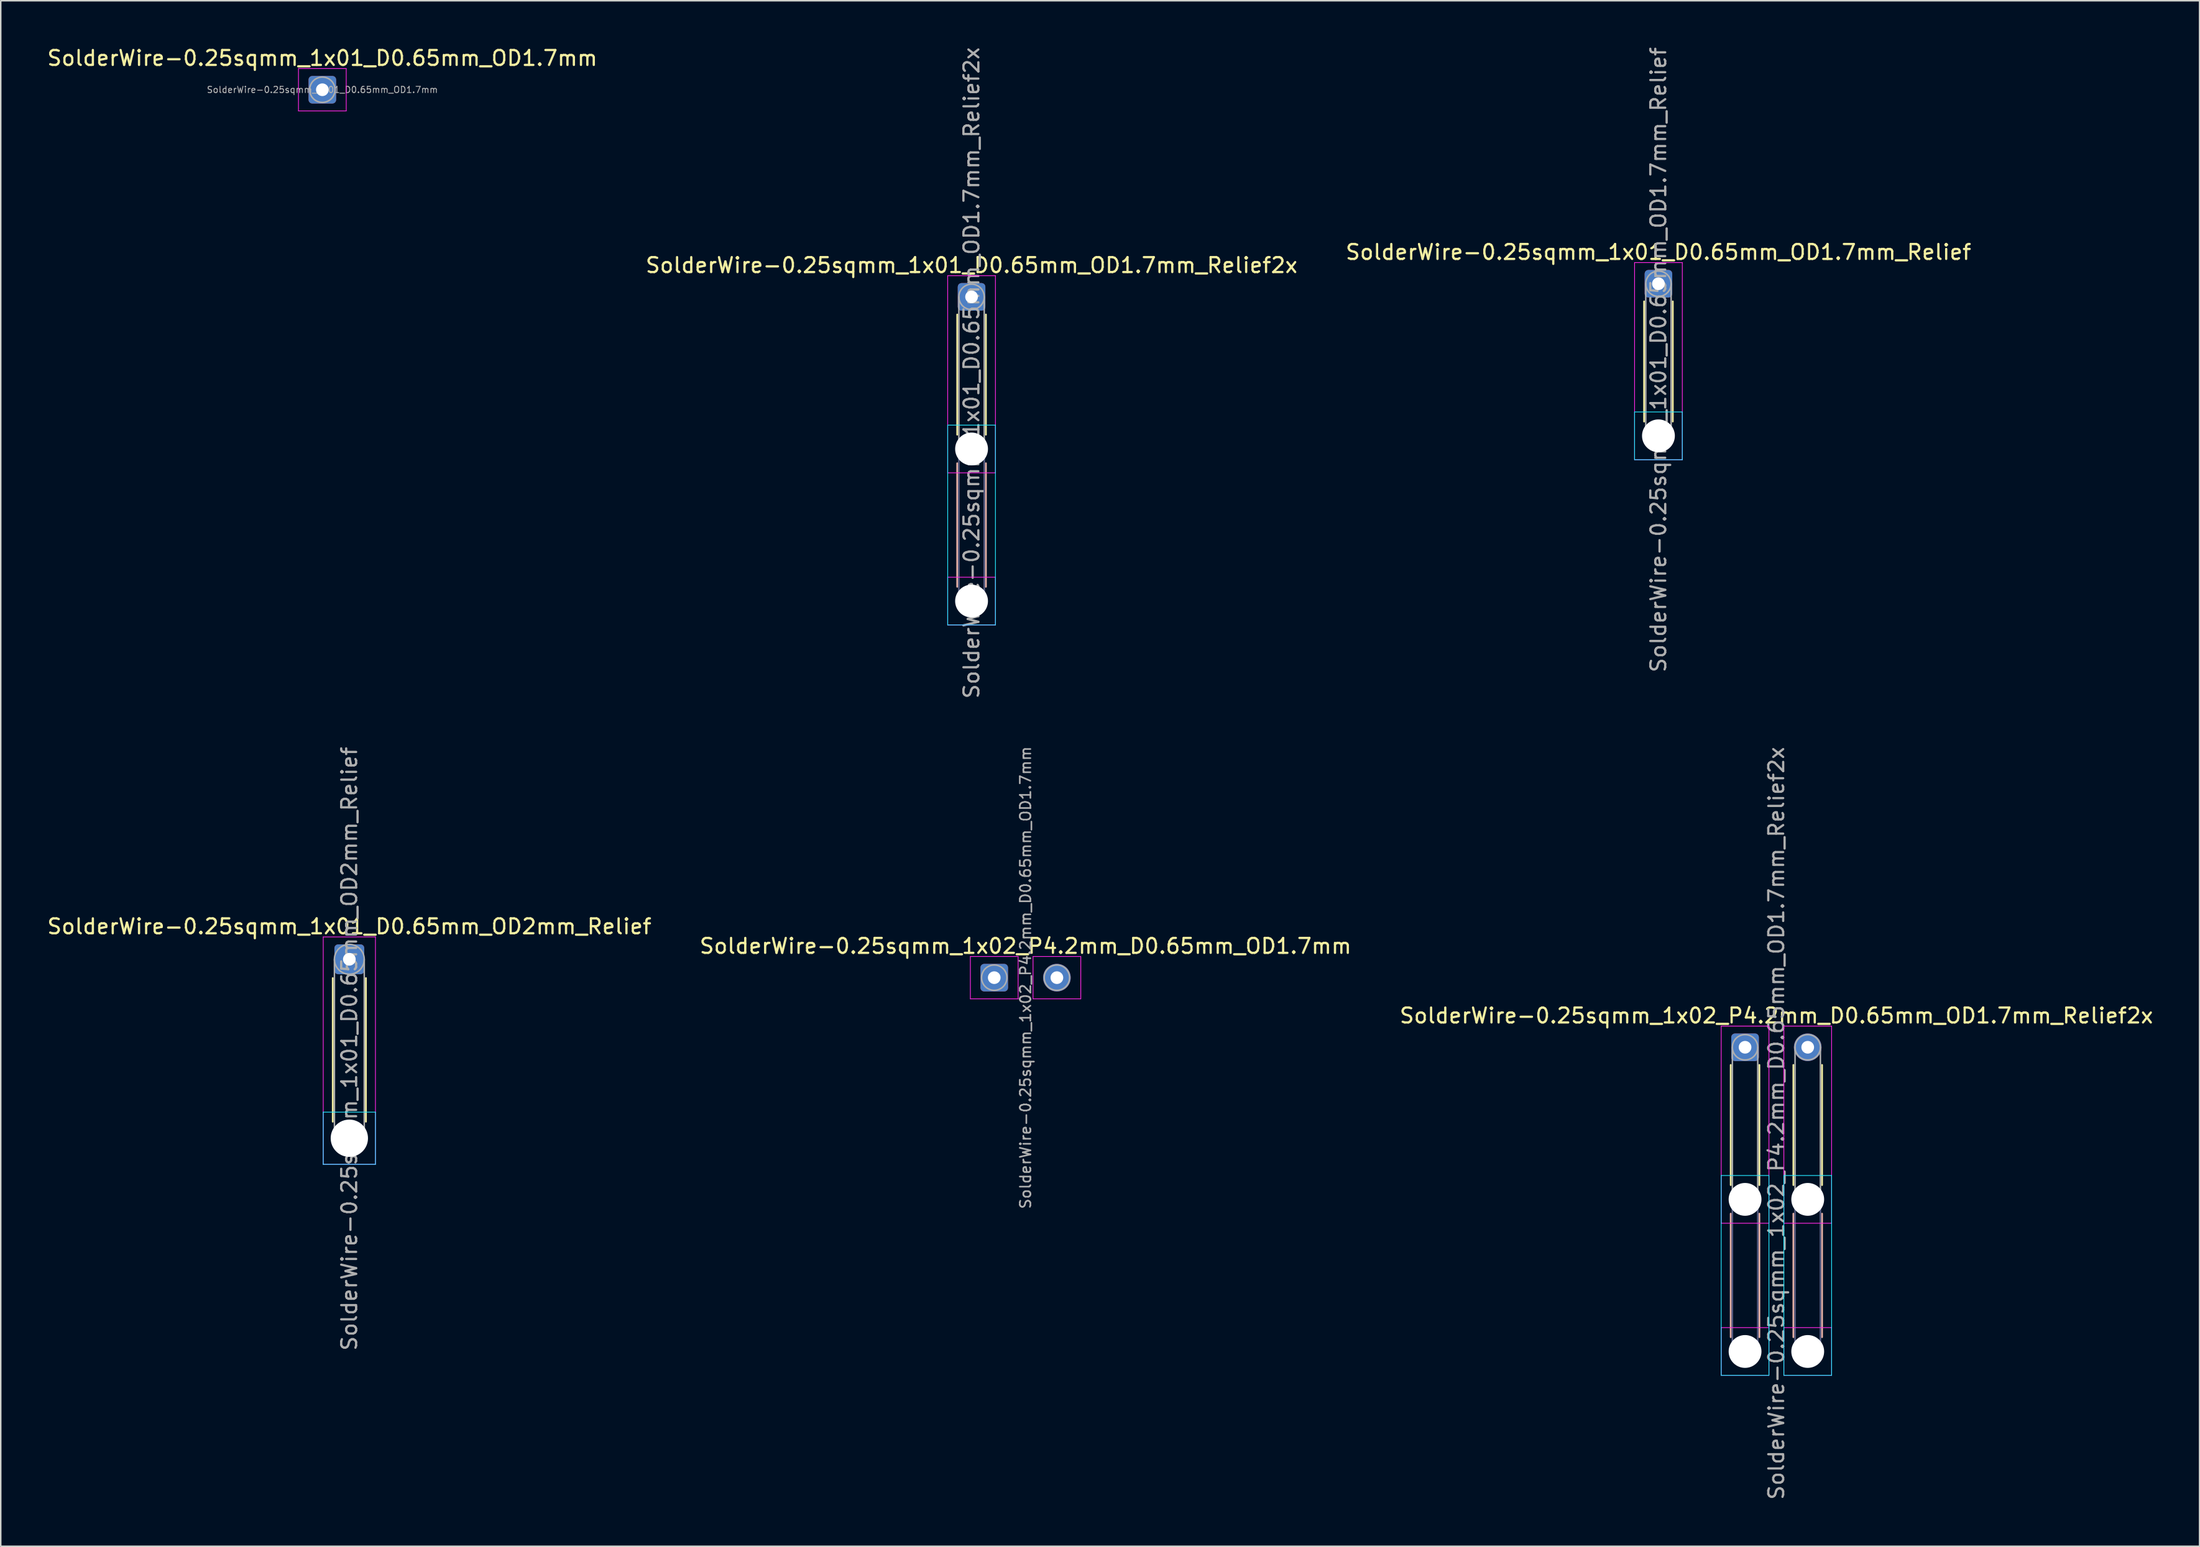
<source format=kicad_pcb>
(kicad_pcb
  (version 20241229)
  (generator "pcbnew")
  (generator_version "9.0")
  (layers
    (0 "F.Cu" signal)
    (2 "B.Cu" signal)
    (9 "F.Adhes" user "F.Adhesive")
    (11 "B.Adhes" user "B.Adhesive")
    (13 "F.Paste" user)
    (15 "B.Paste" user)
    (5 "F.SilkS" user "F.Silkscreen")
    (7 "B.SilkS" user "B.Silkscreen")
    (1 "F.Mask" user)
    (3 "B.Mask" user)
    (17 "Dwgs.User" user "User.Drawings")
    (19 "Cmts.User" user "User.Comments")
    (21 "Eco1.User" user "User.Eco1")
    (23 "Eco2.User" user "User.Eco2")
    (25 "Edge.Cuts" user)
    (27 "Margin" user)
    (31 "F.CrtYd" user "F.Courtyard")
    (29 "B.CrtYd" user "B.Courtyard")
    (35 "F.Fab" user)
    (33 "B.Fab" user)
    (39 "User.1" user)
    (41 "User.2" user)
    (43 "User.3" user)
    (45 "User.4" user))
  (footprint "SolderWire-0.25sqmm_1x01_D0.65mm_OD1.7mm_Relief2x"
    (layer "F.Cu")
    (at 62.065 16.858)
    (property "Reference" "SolderWire-0.25sqmm_1x01_D0.65mm_OD1.7mm_Relief2x" (at 0 -2.12 0) (layer "F.SilkS") (effects (font (size 1 1) (thickness 0.15))))
    (attr exclude_from_pos_files exclude_from_bom)
    (fp_line (start -0.96 1.185) (end -0.96 9.24) (stroke (width 0.12) (type solid)) (layer "F.SilkS"))
    (fp_line (start 0.96 1.185) (end 0.96 9.24) (stroke (width 0.12) (type solid)) (layer "F.SilkS"))
    (fp_line (start -0.96 11.16) (end -0.96 19.44) (stroke (width 0.12) (type solid)) (layer "B.SilkS"))
    (fp_line (start 0.96 11.16) (end 0.96 19.44) (stroke (width 0.12) (type solid)) (layer "B.SilkS"))
    (fp_line (start -1.6 8.6) (end -1.6 22) (stroke (width 0.05) (type solid)) (layer "B.CrtYd"))
    (fp_line (start -1.6 22) (end 1.6 22) (stroke (width 0.05) (type solid)) (layer "B.CrtYd"))
    (fp_line (start 1.6 8.6) (end -1.6 8.6) (stroke (width 0.05) (type solid)) (layer "B.CrtYd"))
    (fp_line (start 1.6 22) (end 1.6 8.6) (stroke (width 0.05) (type solid)) (layer "B.CrtYd"))
    (fp_line (start -1.6 -1.42) (end -1.6 11.8) (stroke (width 0.05) (type solid)) (layer "F.CrtYd"))
    (fp_line (start -1.6 11.8) (end 1.6 11.8) (stroke (width 0.05) (type solid)) (layer "F.CrtYd"))
    (fp_line (start -1.6 18.8) (end -1.6 22) (stroke (width 0.05) (type solid)) (layer "F.CrtYd"))
    (fp_line (start -1.6 22) (end 1.6 22) (stroke (width 0.05) (type solid)) (layer "F.CrtYd"))
    (fp_line (start 1.6 -1.42) (end -1.6 -1.42) (stroke (width 0.05) (type solid)) (layer "F.CrtYd"))
    (fp_line (start 1.6 11.8) (end 1.6 -1.42) (stroke (width 0.05) (type solid)) (layer "F.CrtYd"))
    (fp_line (start 1.6 18.8) (end -1.6 18.8) (stroke (width 0.05) (type solid)) (layer "F.CrtYd"))
    (fp_line (start 1.6 22) (end 1.6 18.8) (stroke (width 0.05) (type solid)) (layer "F.CrtYd"))
    (fp_line (start -0.85 10.2) (end -0.85 20.4) (stroke (width 0.1) (type solid)) (layer "B.Fab"))
    (fp_line (start 0.85 10.2) (end 0.85 20.4) (stroke (width 0.1) (type solid)) (layer "B.Fab"))
    (fp_circle (center 0 10.2) (end 0.85 10.2) (stroke (width 0.1) (type solid)) (fill no) (layer "B.Fab"))
    (fp_circle (center 0 20.4) (end 0.85 20.4) (stroke (width 0.1) (type solid)) (fill no) (layer "B.Fab"))
    (fp_line (start -0.85 0) (end -0.85 10.2) (stroke (width 0.1) (type solid)) (layer "F.Fab"))
    (fp_line (start 0.85 0) (end 0.85 10.2) (stroke (width 0.1) (type solid)) (layer "F.Fab"))
    (fp_circle (center 0 0) (end 0.85 0) (stroke (width 0.1) (type solid)) (fill no) (layer "F.Fab"))
    (fp_circle (center 0 10.2) (end 0.85 10.2) (stroke (width 0.1) (type solid)) (fill no) (layer "F.Fab"))
    (fp_circle (center 0 20.4) (end 0.85 20.4) (stroke (width 0.1) (type solid)) (fill no) (layer "F.Fab"))
    (fp_text user "${REFERENCE}" (at 0 5.1 90) (layer "F.Fab") (effects (font (size 1 1) (thickness 0.15))))
    (pad "" np_thru_hole circle (at 0 10.2) (size 2.2 2.2) (drill 2.2) (layers "*.Cu" "*.Mask"))
    (pad "" np_thru_hole circle (at 0 20.4) (size 2.2 2.2) (drill 2.2) (layers "*.Cu" "*.Mask"))
    (pad "1" thru_hole roundrect (at 0 0) (size 1.85 1.85) (drill 0.85) (layers "*.Cu" "*.Mask") (roundrect_rratio 0.135)))
  (footprint "SolderWire-0.25sqmm_1x02_P4.2mm_D0.65mm_OD1.7mm_Relief2x"
    (layer "F.Cu")
    (at 113.906 67.18)
    (property "Reference" "SolderWire-0.25sqmm_1x02_P4.2mm_D0.65mm_OD1.7mm_Relief2x" (at 2.1 -2.12 0) (layer "F.SilkS") (effects (font (size 1 1) (thickness 0.15))))
    (attr exclude_from_pos_files exclude_from_bom)
    (fp_line (start -0.96 1.185) (end -0.96 9.24) (stroke (width 0.12) (type solid)) (layer "F.SilkS"))
    (fp_line (start 0.96 1.185) (end 0.96 9.24) (stroke (width 0.12) (type solid)) (layer "F.SilkS"))
    (fp_line (start 3.24 1.185) (end 3.24 9.24) (stroke (width 0.12) (type solid)) (layer "F.SilkS"))
    (fp_line (start 5.16 1.185) (end 5.16 9.24) (stroke (width 0.12) (type solid)) (layer "F.SilkS"))
    (fp_line (start -0.96 11.16) (end -0.96 19.44) (stroke (width 0.12) (type solid)) (layer "B.SilkS"))
    (fp_line (start 0.96 11.16) (end 0.96 19.44) (stroke (width 0.12) (type solid)) (layer "B.SilkS"))
    (fp_line (start 3.24 11.16) (end 3.24 19.44) (stroke (width 0.12) (type solid)) (layer "B.SilkS"))
    (fp_line (start 5.16 11.16) (end 5.16 19.44) (stroke (width 0.12) (type solid)) (layer "B.SilkS"))
    (fp_line (start -1.6 8.6) (end -1.6 22) (stroke (width 0.05) (type solid)) (layer "B.CrtYd"))
    (fp_line (start -1.6 22) (end 1.6 22) (stroke (width 0.05) (type solid)) (layer "B.CrtYd"))
    (fp_line (start 1.6 8.6) (end -1.6 8.6) (stroke (width 0.05) (type solid)) (layer "B.CrtYd"))
    (fp_line (start 1.6 22) (end 1.6 8.6) (stroke (width 0.05) (type solid)) (layer "B.CrtYd"))
    (fp_line (start 2.6 8.6) (end 2.6 22) (stroke (width 0.05) (type solid)) (layer "B.CrtYd"))
    (fp_line (start 2.6 22) (end 5.8 22) (stroke (width 0.05) (type solid)) (layer "B.CrtYd"))
    (fp_line (start 5.8 8.6) (end 2.6 8.6) (stroke (width 0.05) (type solid)) (layer "B.CrtYd"))
    (fp_line (start 5.8 22) (end 5.8 8.6) (stroke (width 0.05) (type solid)) (layer "B.CrtYd"))
    (fp_line (start -1.6 -1.42) (end -1.6 11.8) (stroke (width 0.05) (type solid)) (layer "F.CrtYd"))
    (fp_line (start -1.6 11.8) (end 1.6 11.8) (stroke (width 0.05) (type solid)) (layer "F.CrtYd"))
    (fp_line (start -1.6 18.8) (end -1.6 22) (stroke (width 0.05) (type solid)) (layer "F.CrtYd"))
    (fp_line (start -1.6 22) (end 1.6 22) (stroke (width 0.05) (type solid)) (layer "F.CrtYd"))
    (fp_line (start 1.6 -1.42) (end -1.6 -1.42) (stroke (width 0.05) (type solid)) (layer "F.CrtYd"))
    (fp_line (start 1.6 11.8) (end 1.6 -1.42) (stroke (width 0.05) (type solid)) (layer "F.CrtYd"))
    (fp_line (start 1.6 18.8) (end -1.6 18.8) (stroke (width 0.05) (type solid)) (layer "F.CrtYd"))
    (fp_line (start 1.6 22) (end 1.6 18.8) (stroke (width 0.05) (type solid)) (layer "F.CrtYd"))
    (fp_line (start 2.6 -1.42) (end 2.6 11.8) (stroke (width 0.05) (type solid)) (layer "F.CrtYd"))
    (fp_line (start 2.6 11.8) (end 5.8 11.8) (stroke (width 0.05) (type solid)) (layer "F.CrtYd"))
    (fp_line (start 2.6 18.8) (end 2.6 22) (stroke (width 0.05) (type solid)) (layer "F.CrtYd"))
    (fp_line (start 2.6 22) (end 5.8 22) (stroke (width 0.05) (type solid)) (layer "F.CrtYd"))
    (fp_line (start 5.8 -1.42) (end 2.6 -1.42) (stroke (width 0.05) (type solid)) (layer "F.CrtYd"))
    (fp_line (start 5.8 11.8) (end 5.8 -1.42) (stroke (width 0.05) (type solid)) (layer "F.CrtYd"))
    (fp_line (start 5.8 18.8) (end 2.6 18.8) (stroke (width 0.05) (type solid)) (layer "F.CrtYd"))
    (fp_line (start 5.8 22) (end 5.8 18.8) (stroke (width 0.05) (type solid)) (layer "F.CrtYd"))
    (fp_line (start -0.85 10.2) (end -0.85 20.4) (stroke (width 0.1) (type solid)) (layer "B.Fab"))
    (fp_line (start 0.85 10.2) (end 0.85 20.4) (stroke (width 0.1) (type solid)) (layer "B.Fab"))
    (fp_line (start 3.35 10.2) (end 3.35 20.4) (stroke (width 0.1) (type solid)) (layer "B.Fab"))
    (fp_line (start 5.05 10.2) (end 5.05 20.4) (stroke (width 0.1) (type solid)) (layer "B.Fab"))
    (fp_circle (center 0 10.2) (end 0.85 10.2) (stroke (width 0.1) (type solid)) (fill no) (layer "B.Fab"))
    (fp_circle (center 0 20.4) (end 0.85 20.4) (stroke (width 0.1) (type solid)) (fill no) (layer "B.Fab"))
    (fp_circle (center 4.2 10.2) (end 5.05 10.2) (stroke (width 0.1) (type solid)) (fill no) (layer "B.Fab"))
    (fp_circle (center 4.2 20.4) (end 5.05 20.4) (stroke (width 0.1) (type solid)) (fill no) (layer "B.Fab"))
    (fp_line (start -0.85 0) (end -0.85 10.2) (stroke (width 0.1) (type solid)) (layer "F.Fab"))
    (fp_line (start 0.85 0) (end 0.85 10.2) (stroke (width 0.1) (type solid)) (layer "F.Fab"))
    (fp_line (start 3.35 0) (end 3.35 10.2) (stroke (width 0.1) (type solid)) (layer "F.Fab"))
    (fp_line (start 5.05 0) (end 5.05 10.2) (stroke (width 0.1) (type solid)) (layer "F.Fab"))
    (fp_circle (center 0 0) (end 0.85 0) (stroke (width 0.1) (type solid)) (fill no) (layer "F.Fab"))
    (fp_circle (center 0 10.2) (end 0.85 10.2) (stroke (width 0.1) (type solid)) (fill no) (layer "F.Fab"))
    (fp_circle (center 0 20.4) (end 0.85 20.4) (stroke (width 0.1) (type solid)) (fill no) (layer "F.Fab"))
    (fp_circle (center 4.2 0) (end 5.05 0) (stroke (width 0.1) (type solid)) (fill no) (layer "F.Fab"))
    (fp_circle (center 4.2 10.2) (end 5.05 10.2) (stroke (width 0.1) (type solid)) (fill no) (layer "F.Fab"))
    (fp_circle (center 4.2 20.4) (end 5.05 20.4) (stroke (width 0.1) (type solid)) (fill no) (layer "F.Fab"))
    (fp_text user "${REFERENCE}" (at 2.1 5.1 90) (layer "F.Fab") (effects (font (size 1 1) (thickness 0.15))))
    (pad "" np_thru_hole circle (at 0 10.2) (size 2.2 2.2) (drill 2.2) (layers "*.Cu" "*.Mask"))
    (pad "" np_thru_hole circle (at 0 20.4) (size 2.2 2.2) (drill 2.2) (layers "*.Cu" "*.Mask"))
    (pad "" np_thru_hole circle (at 4.2 10.2) (size 2.2 2.2) (drill 2.2) (layers "*.Cu" "*.Mask"))
    (pad "" np_thru_hole circle (at 4.2 20.4) (size 2.2 2.2) (drill 2.2) (layers "*.Cu" "*.Mask"))
    (pad "1" thru_hole roundrect (at 0 0) (size 1.85 1.85) (drill 0.85) (layers "*.Cu" "*.Mask") (roundrect_rratio 0.135))
    (pad "2" thru_hole circle (at 4.2 0) (size 1.85 1.85) (drill 0.85) (layers "*.Cu" "*.Mask")))
  (footprint "SolderWire-0.25sqmm_1x01_D0.65mm_OD1.7mm"
    (layer "F.Cu")
    (at 18.554 2.968)
    (property "Reference" "SolderWire-0.25sqmm_1x01_D0.65mm_OD1.7mm" (at 0 -2.12 0) (layer "F.SilkS") (effects (font (size 1 1) (thickness 0.15))))
    (attr exclude_from_pos_files exclude_from_bom)
    (fp_line (start -1.6 -1.42) (end -1.6 1.42) (stroke (width 0.05) (type solid)) (layer "F.CrtYd"))
    (fp_line (start -1.6 1.42) (end 1.6 1.42) (stroke (width 0.05) (type solid)) (layer "F.CrtYd"))
    (fp_line (start 1.6 -1.42) (end -1.6 -1.42) (stroke (width 0.05) (type solid)) (layer "F.CrtYd"))
    (fp_line (start 1.6 1.42) (end 1.6 -1.42) (stroke (width 0.05) (type solid)) (layer "F.CrtYd"))
    (fp_circle (center 0 0) (end 0.85 0) (stroke (width 0.1) (type solid)) (fill no) (layer "F.Fab"))
    (fp_text user "${REFERENCE}" (at 0 0 0) (layer "F.Fab") (effects (font (size 0.42 0.42) (thickness 0.06))))
    (pad "1" thru_hole roundrect (at 0 0) (size 1.85 1.85) (drill 0.85) (layers "*.Cu" "*.Mask") (roundrect_rratio 0.135)))
  (footprint "SolderWire-0.25sqmm_1x01_D0.65mm_OD2mm_Relief"
    (layer "F.Cu")
    (at 20.363 61.28)
    (property "Reference" "SolderWire-0.25sqmm_1x01_D0.65mm_OD2mm_Relief" (at 0 -2.2 0) (layer "F.SilkS") (effects (font (size 1 1) (thickness 0.15))))
    (attr exclude_from_pos_files exclude_from_bom)
    (fp_line (start -1.11 1.26) (end -1.11 10.89) (stroke (width 0.12) (type solid)) (layer "F.SilkS"))
    (fp_line (start 1.11 1.26) (end 1.11 10.89) (stroke (width 0.12) (type solid)) (layer "F.SilkS"))
    (fp_line (start -1.75 10.25) (end -1.75 13.75) (stroke (width 0.05) (type solid)) (layer "B.CrtYd"))
    (fp_line (start -1.75 13.75) (end 1.75 13.75) (stroke (width 0.05) (type solid)) (layer "B.CrtYd"))
    (fp_line (start 1.75 10.25) (end -1.75 10.25) (stroke (width 0.05) (type solid)) (layer "B.CrtYd"))
    (fp_line (start 1.75 13.75) (end 1.75 10.25) (stroke (width 0.05) (type solid)) (layer "B.CrtYd"))
    (fp_line (start -1.75 -1.5) (end -1.75 13.75) (stroke (width 0.05) (type solid)) (layer "F.CrtYd"))
    (fp_line (start -1.75 13.75) (end 1.75 13.75) (stroke (width 0.05) (type solid)) (layer "F.CrtYd"))
    (fp_line (start 1.75 -1.5) (end -1.75 -1.5) (stroke (width 0.05) (type solid)) (layer "F.CrtYd"))
    (fp_line (start 1.75 13.75) (end 1.75 -1.5) (stroke (width 0.05) (type solid)) (layer "F.CrtYd"))
    (fp_line (start -1 0) (end -1 12) (stroke (width 0.1) (type solid)) (layer "F.Fab"))
    (fp_line (start 1 0) (end 1 12) (stroke (width 0.1) (type solid)) (layer "F.Fab"))
    (fp_circle (center 0 0) (end 1 0) (stroke (width 0.1) (type solid)) (fill no) (layer "F.Fab"))
    (fp_circle (center 0 12) (end 1 12) (stroke (width 0.1) (type solid)) (fill no) (layer "F.Fab"))
    (fp_text user "${REFERENCE}" (at 0 6 90) (layer "F.Fab") (effects (font (size 1 1) (thickness 0.15))))
    (pad "" np_thru_hole circle (at 0 12) (size 2.5 2.5) (drill 2.5) (layers "*.Cu" "*.Mask"))
    (pad "1" thru_hole roundrect (at 0 0) (size 2 2) (drill 0.85) (layers "*.Cu" "*.Mask") (roundrect_rratio 0.125)))
  (footprint "SolderWire-0.25sqmm_1x02_P4.2mm_D0.65mm_OD1.7mm"
    (layer "F.Cu")
    (at 63.585 62.512)
    (property "Reference" "SolderWire-0.25sqmm_1x02_P4.2mm_D0.65mm_OD1.7mm" (at 2.1 -2.12 0) (layer "F.SilkS") (effects (font (size 1 1) (thickness 0.15))))
    (attr exclude_from_pos_files exclude_from_bom)
    (fp_line (start -1.6 -1.42) (end -1.6 1.42) (stroke (width 0.05) (type solid)) (layer "F.CrtYd"))
    (fp_line (start -1.6 1.42) (end 1.6 1.42) (stroke (width 0.05) (type solid)) (layer "F.CrtYd"))
    (fp_line (start 1.6 -1.42) (end -1.6 -1.42) (stroke (width 0.05) (type solid)) (layer "F.CrtYd"))
    (fp_line (start 1.6 1.42) (end 1.6 -1.42) (stroke (width 0.05) (type solid)) (layer "F.CrtYd"))
    (fp_line (start 2.6 -1.42) (end 2.6 1.42) (stroke (width 0.05) (type solid)) (layer "F.CrtYd"))
    (fp_line (start 2.6 1.42) (end 5.8 1.42) (stroke (width 0.05) (type solid)) (layer "F.CrtYd"))
    (fp_line (start 5.8 -1.42) (end 2.6 -1.42) (stroke (width 0.05) (type solid)) (layer "F.CrtYd"))
    (fp_line (start 5.8 1.42) (end 5.8 -1.42) (stroke (width 0.05) (type solid)) (layer "F.CrtYd"))
    (fp_circle (center 0 0) (end 0.85 0) (stroke (width 0.1) (type solid)) (fill no) (layer "F.Fab"))
    (fp_circle (center 4.2 0) (end 5.05 0) (stroke (width 0.1) (type solid)) (fill no) (layer "F.Fab"))
    (fp_text user "${REFERENCE}" (at 2.1 0 90) (layer "F.Fab") (effects (font (size 0.71 0.71) (thickness 0.11))))
    (pad "1" thru_hole roundrect (at 0 0) (size 1.85 1.85) (drill 0.85) (layers "*.Cu" "*.Mask") (roundrect_rratio 0.135))
    (pad "2" thru_hole circle (at 4.2 0) (size 1.85 1.85) (drill 0.85) (layers "*.Cu" "*.Mask")))
  (footprint "SolderWire-0.25sqmm_1x01_D0.65mm_OD1.7mm_Relief"
    (layer "F.Cu")
    (at 108.101 15.977)
    (property "Reference" "SolderWire-0.25sqmm_1x01_D0.65mm_OD1.7mm_Relief" (at 0 -2.12 0) (layer "F.SilkS") (effects (font (size 1 1) (thickness 0.15))))
    (attr exclude_from_pos_files exclude_from_bom)
    (fp_line (start -0.96 1.185) (end -0.96 9.24) (stroke (width 0.12) (type solid)) (layer "F.SilkS"))
    (fp_line (start 0.96 1.185) (end 0.96 9.24) (stroke (width 0.12) (type solid)) (layer "F.SilkS"))
    (fp_line (start -1.6 8.6) (end -1.6 11.8) (stroke (width 0.05) (type solid)) (layer "B.CrtYd"))
    (fp_line (start -1.6 11.8) (end 1.6 11.8) (stroke (width 0.05) (type solid)) (layer "B.CrtYd"))
    (fp_line (start 1.6 8.6) (end -1.6 8.6) (stroke (width 0.05) (type solid)) (layer "B.CrtYd"))
    (fp_line (start 1.6 11.8) (end 1.6 8.6) (stroke (width 0.05) (type solid)) (layer "B.CrtYd"))
    (fp_line (start -1.6 -1.42) (end -1.6 11.8) (stroke (width 0.05) (type solid)) (layer "F.CrtYd"))
    (fp_line (start -1.6 11.8) (end 1.6 11.8) (stroke (width 0.05) (type solid)) (layer "F.CrtYd"))
    (fp_line (start 1.6 -1.42) (end -1.6 -1.42) (stroke (width 0.05) (type solid)) (layer "F.CrtYd"))
    (fp_line (start 1.6 11.8) (end 1.6 -1.42) (stroke (width 0.05) (type solid)) (layer "F.CrtYd"))
    (fp_line (start -0.85 0) (end -0.85 10.2) (stroke (width 0.1) (type solid)) (layer "F.Fab"))
    (fp_line (start 0.85 0) (end 0.85 10.2) (stroke (width 0.1) (type solid)) (layer "F.Fab"))
    (fp_circle (center 0 0) (end 0.85 0) (stroke (width 0.1) (type solid)) (fill no) (layer "F.Fab"))
    (fp_circle (center 0 10.2) (end 0.85 10.2) (stroke (width 0.1) (type solid)) (fill no) (layer "F.Fab"))
    (fp_text user "${REFERENCE}" (at 0 5.1 90) (layer "F.Fab") (effects (font (size 1 1) (thickness 0.15))))
    (pad "" np_thru_hole circle (at 0 10.2) (size 2.2 2.2) (drill 2.2) (layers "*.Cu" "*.Mask"))
    (pad "1" thru_hole roundrect (at 0 0) (size 1.85 1.85) (drill 0.85) (layers "*.Cu" "*.Mask") (roundrect_rratio 0.135)))
  (gr_rect
    (start -3 -3)
    (end 144.369 100.643)
    (stroke (width 0.1) (type default))
    (fill no)
    (layer "Edge.Cuts")))
</source>
